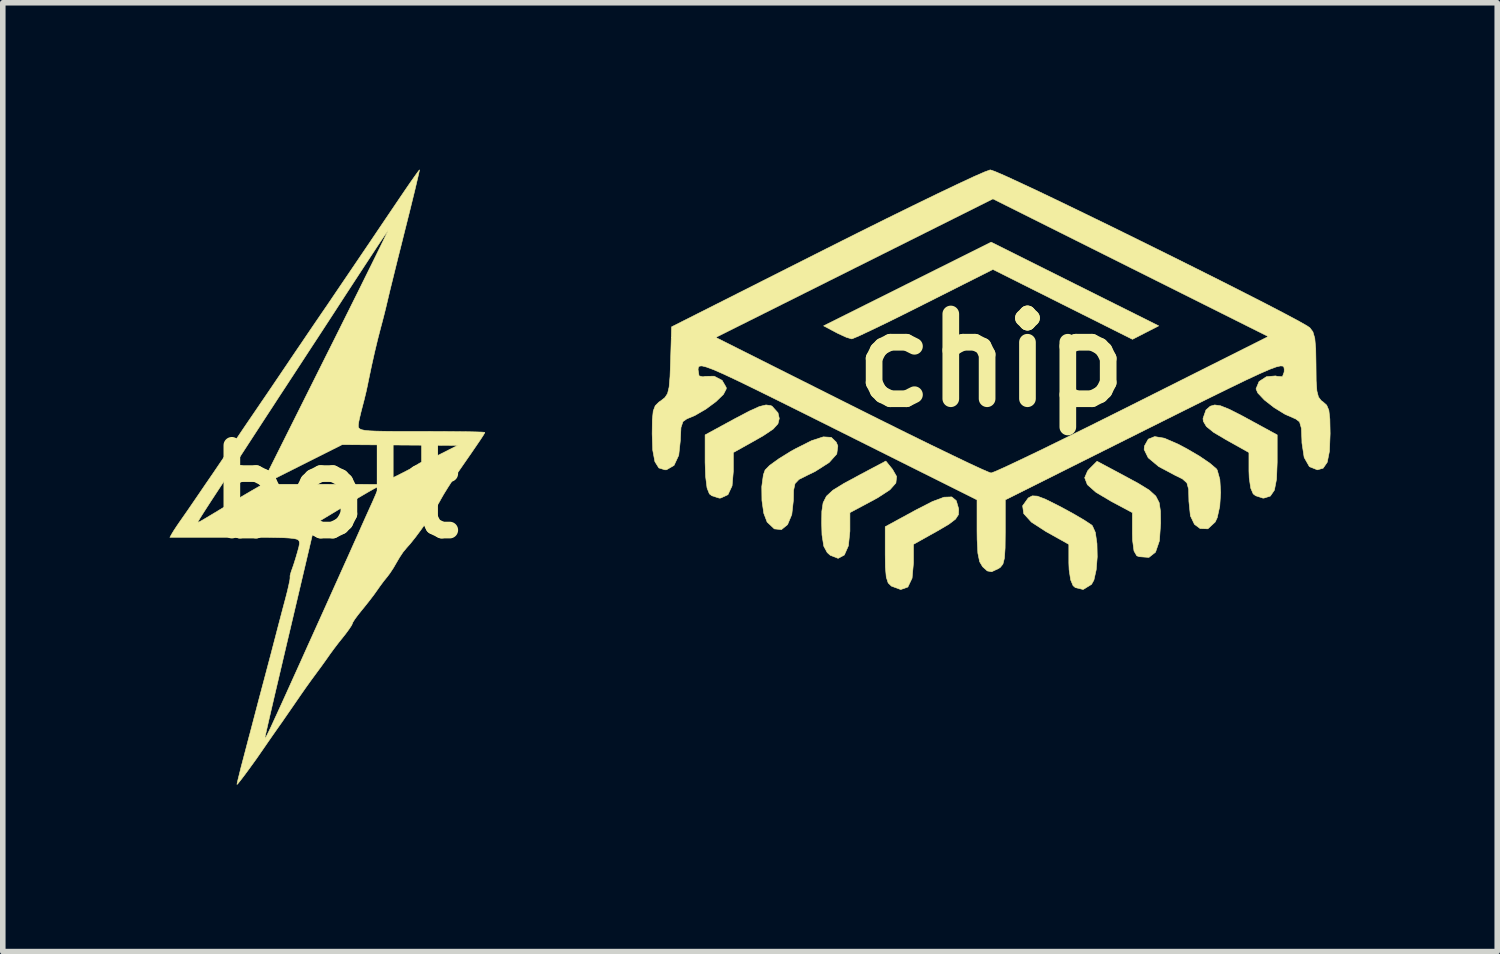
<source format=kicad_pcb>
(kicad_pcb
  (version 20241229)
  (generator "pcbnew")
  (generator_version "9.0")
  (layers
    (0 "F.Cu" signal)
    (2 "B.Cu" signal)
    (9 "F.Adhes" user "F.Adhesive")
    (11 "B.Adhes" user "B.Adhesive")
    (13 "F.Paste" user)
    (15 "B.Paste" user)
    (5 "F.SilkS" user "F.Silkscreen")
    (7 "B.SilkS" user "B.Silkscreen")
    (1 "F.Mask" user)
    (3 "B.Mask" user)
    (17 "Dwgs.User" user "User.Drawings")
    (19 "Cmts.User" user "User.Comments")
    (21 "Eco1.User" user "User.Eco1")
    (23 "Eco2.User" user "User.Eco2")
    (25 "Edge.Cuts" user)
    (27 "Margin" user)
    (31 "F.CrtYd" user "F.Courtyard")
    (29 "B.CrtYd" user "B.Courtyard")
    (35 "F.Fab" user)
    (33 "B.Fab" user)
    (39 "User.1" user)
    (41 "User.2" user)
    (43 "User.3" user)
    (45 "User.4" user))
  (footprint "chip"
    (layer "F.Cu")
    (at 14.774 3.431)
    (property "Reference" "chip" (at 0 0 0) (layer "F.SilkS") (effects (font (size 1.524 1.524) (thickness 0.3))))
    (attr through_hole)
    (fp_poly (pts (xy 1.507 -1.373) (xy 3.013 -0.621) (xy 2.542 -0.379) (xy 1.287 -1.007) (xy 0.032 -1.636) (xy -1.207 -1.012) (xy -1.572 -0.829) (xy -1.9 -0.667) (xy -2.175 -0.535) (xy -2.377 -0.44) (xy -2.491 -0.392) (xy -2.508 -0.387) (xy -2.601 -0.414) (xy -2.752 -0.483) (xy -2.792 -0.504) (xy -3.013 -0.621) (xy -1.506 -1.374) (xy -0.000001 -2.126) (xy 1.507 -1.373)) (stroke (width 0.01) (type solid)) (fill yes) (layer "F.SilkS"))
    (fp_poly (pts (xy -0.627 2.523) (xy -0.586 2.663) (xy -0.584 2.682) (xy -0.588 2.774) (xy -0.641 2.855) (xy -0.763 2.948) (xy -0.978 3.074) (xy -0.981 3.075) (xy -1.397 3.308) (xy -1.397 3.642) (xy -1.422 3.917) (xy -1.498 4.076) (xy -1.626 4.121) (xy -1.794 4.059) (xy -1.852 4.002) (xy -1.886 3.898) (xy -1.902 3.717) (xy -1.905 3.493) (xy -1.905 2.991) (xy -1.356 2.692) (xy -1.058 2.539) (xy -0.847 2.46) (xy -0.708 2.455) (xy -0.627 2.523)) (stroke (width 0.01) (type solid)) (fill yes) (layer "F.SilkS"))
    (fp_poly (pts (xy -3.963 0.813) (xy -3.94 0.824) (xy -3.833 0.943) (xy -3.81 1.045) (xy -3.834 1.14) (xy -3.92 1.235) (xy -4.091 1.35) (xy -4.223 1.426) (xy -4.636 1.657) (xy -4.636 1.991) (xy -4.659 2.257) (xy -4.733 2.415) (xy -4.862 2.475) (xy -4.889 2.477) (xy -5.023 2.434) (xy -5.067 2.4) (xy -5.109 2.294) (xy -5.135 2.086) (xy -5.144 1.832) (xy -5.144 1.34) (xy -4.606 1.047) (xy -4.345 0.91) (xy -4.168 0.83) (xy -4.049 0.801) (xy -3.963 0.813)) (stroke (width 0.01) (type solid)) (fill yes) (layer "F.SilkS"))
    (fp_poly (pts (xy -1.774 1.959) (xy -1.7 2.088) (xy -1.713 2.205) (xy -1.821 2.327) (xy -2.037 2.468) (xy -2.156 2.533) (xy -2.54 2.738) (xy -2.54 3.071) (xy -2.567 3.334) (xy -2.64 3.5) (xy -2.752 3.56) (xy -2.893 3.505) (xy -2.948 3.456) (xy -3.01 3.341) (xy -3.042 3.138) (xy -3.048 2.926) (xy -3.045 2.714) (xy -3.022 2.561) (xy -2.962 2.442) (xy -2.846 2.335) (xy -2.655 2.217) (xy -2.37 2.063) (xy -2.36 2.057) (xy -1.894 1.81) (xy -1.774 1.959)) (stroke (width 0.01) (type solid)) (fill yes) (layer "F.SilkS"))
    (fp_poly (pts (xy 2.365 2.06) (xy 2.651 2.215) (xy 2.844 2.334) (xy 2.961 2.441) (xy 3.022 2.559) (xy 3.045 2.713) (xy 3.048 2.925) (xy 3.048 2.926) (xy 3.026 3.245) (xy 2.956 3.449) (xy 2.837 3.543) (xy 2.664 3.53) (xy 2.619 3.514) (xy 2.569 3.428) (xy 2.543 3.231) (xy 2.54 3.11) (xy 2.54 2.738) (xy 2.156 2.533) (xy 1.885 2.372) (xy 1.73 2.235) (xy 1.682 2.11) (xy 1.735 1.987) (xy 1.771 1.947) (xy 1.904 1.814) (xy 2.365 2.06)) (stroke (width 0.01) (type solid)) (fill yes) (layer "F.SilkS"))
    (fp_poly (pts (xy 4.125 0.816) (xy 4.282 0.879) (xy 4.514 0.997) (xy 4.606 1.047) (xy 5.144 1.34) (xy 5.144 1.832) (xy 5.132 2.136) (xy 5.094 2.333) (xy 5.021 2.44) (xy 4.906 2.476) (xy 4.889 2.477) (xy 4.756 2.434) (xy 4.712 2.4) (xy 4.668 2.297) (xy 4.641 2.115) (xy 4.636 1.991) (xy 4.636 1.657) (xy 4.223 1.426) (xy 3.999 1.293) (xy 3.871 1.189) (xy 3.816 1.096) (xy 3.81 1.045) (xy 3.863 0.892) (xy 3.94 0.824) (xy 4.02 0.801) (xy 4.125 0.816)) (stroke (width 0.01) (type solid)) (fill yes) (layer "F.SilkS"))
    (fp_poly (pts (xy -2.875 1.384) (xy -2.786 1.47) (xy -2.757 1.539) (xy -2.776 1.683) (xy -2.914 1.837) (xy -3.165 1.997) (xy -3.313 2.069) (xy -3.455 2.14) (xy -3.527 2.215) (xy -3.553 2.337) (xy -3.556 2.513) (xy -3.585 2.772) (xy -3.661 2.953) (xy -3.771 3.043) (xy -3.899 3.03) (xy -4.029 2.907) (xy -4.089 2.749) (xy -4.122 2.519) (xy -4.125 2.271) (xy -4.096 2.057) (xy -4.065 1.971) (xy -3.983 1.888) (xy -3.818 1.769) (xy -3.602 1.635) (xy -3.522 1.591) (xy -3.228 1.443) (xy -3.018 1.375) (xy -2.875 1.384)) (stroke (width 0.01) (type solid)) (fill yes) (layer "F.SilkS"))
    (fp_poly (pts (xy 0.83 2.441) (xy 0.971 2.494) (xy 1.188 2.602) (xy 1.256 2.637) (xy 1.487 2.763) (xy 1.679 2.876) (xy 1.802 2.957) (xy 1.82 2.973) (xy 1.874 3.094) (xy 1.903 3.295) (xy 1.908 3.534) (xy 1.889 3.767) (xy 1.848 3.951) (xy 1.805 4.028) (xy 1.655 4.12) (xy 1.514 4.086) (xy 1.473 4.051) (xy 1.43 3.948) (xy 1.402 3.766) (xy 1.397 3.642) (xy 1.397 3.308) (xy 0.984 3.077) (xy 0.724 2.908) (xy 0.586 2.756) (xy 0.566 2.615) (xy 0.663 2.48) (xy 0.674 2.47) (xy 0.74 2.436) (xy 0.83 2.441)) (stroke (width 0.01) (type solid)) (fill yes) (layer "F.SilkS"))
    (fp_poly (pts (xy 3.117 1.4) (xy 3.368 1.509) (xy 3.522 1.591) (xy 3.749 1.724) (xy 3.935 1.851) (xy 4.049 1.948) (xy 4.065 1.971) (xy 4.113 2.141) (xy 4.127 2.376) (xy 4.111 2.623) (xy 4.066 2.828) (xy 4.029 2.907) (xy 3.897 3.029) (xy 3.758 3.024) (xy 3.656 2.948) (xy 3.583 2.795) (xy 3.556 2.531) (xy 3.556 2.513) (xy 3.551 2.316) (xy 3.52 2.203) (xy 3.44 2.131) (xy 3.313 2.069) (xy 3.013 1.909) (xy 2.824 1.751) (xy 2.751 1.602) (xy 2.757 1.539) (xy 2.826 1.416) (xy 2.941 1.37) (xy 3.117 1.4)) (stroke (width 0.01) (type solid)) (fill yes) (layer "F.SilkS"))
    (fp_poly (pts (xy 0.065 -3.399) (xy 0.246 -3.321) (xy 0.513 -3.198) (xy 0.853 -3.039) (xy 1.252 -2.848) (xy 1.696 -2.633) (xy 2.173 -2.401) (xy 2.668 -2.157) (xy 3.168 -1.91) (xy 3.66 -1.665) (xy 4.131 -1.429) (xy 4.565 -1.209) (xy 4.951 -1.012) (xy 5.275 -0.843) (xy 5.523 -0.711) (xy 5.681 -0.621) (xy 5.731 -0.587) (xy 5.786 -0.514) (xy 5.82 -0.398) (xy 5.837 -0.21) (xy 5.842 0.075) (xy 5.842 0.09) (xy 5.845 0.369) (xy 5.858 0.55) (xy 5.886 0.658) (xy 5.934 0.722) (xy 5.969 0.747) (xy 6.034 0.805) (xy 6.073 0.897) (xy 6.091 1.054) (xy 6.096 1.307) (xy 6.096 1.321) (xy 6.084 1.631) (xy 6.044 1.832) (xy 5.97 1.939) (xy 5.866 1.968) (xy 5.723 1.911) (xy 5.629 1.745) (xy 5.589 1.483) (xy 5.588 1.428) (xy 5.579 1.22) (xy 5.546 1.105) (xy 5.479 1.054) (xy 5.472 1.051) (xy 5.285 0.969) (xy 5.087 0.847) (xy 4.913 0.711) (xy 4.795 0.586) (xy 4.763 0.512) (xy 4.818 0.38) (xy 4.951 0.293) (xy 5.115 0.279) (xy 5.146 0.287) (xy 5.238 0.293) (xy 5.269 0.21) (xy 5.271 0.163) (xy 5.266 0.126) (xy 5.248 0.103) (xy 5.204 0.099) (xy 5.127 0.117) (xy 5.005 0.162) (xy 4.829 0.239) (xy 4.59 0.35) (xy 4.276 0.502) (xy 3.879 0.697) (xy 3.389 0.941) (xy 2.796 1.237) (xy 2.762 1.254) (xy 0.254 2.508) (xy 0.254 3.093) (xy 0.251 3.374) (xy 0.239 3.555) (xy 0.212 3.662) (xy 0.165 3.722) (xy 0.131 3.744) (xy 0.009 3.801) (xy -0.07 3.786) (xy -0.154 3.71) (xy -0.207 3.621) (xy -0.239 3.466) (xy -0.252 3.221) (xy -0.254 3.059) (xy -0.254 2.508) (xy -2.762 1.254) (xy -3.361 0.955) (xy -3.856 0.709) (xy -4.258 0.511) (xy -4.575 0.357) (xy -4.818 0.243) (xy -4.997 0.165) (xy -5.122 0.119) (xy -5.201 0.099) (xy -5.246 0.103) (xy -5.266 0.125) (xy -5.27 0.161) (xy -5.271 0.163) (xy -5.253 0.278) (xy -5.182 0.296) (xy -5.146 0.287) (xy -4.981 0.284) (xy -4.838 0.359) (xy -4.765 0.485) (xy -4.763 0.512) (xy -4.814 0.611) (xy -4.948 0.741) (xy -5.13 0.876) (xy -5.328 0.991) (xy -5.472 1.051) (xy -5.542 1.1) (xy -5.578 1.208) (xy -5.588 1.408) (xy -5.588 1.428) (xy -5.618 1.706) (xy -5.703 1.889) (xy -5.838 1.967) (xy -5.866 1.968) (xy -5.976 1.934) (xy -6.047 1.821) (xy -6.086 1.613) (xy -6.096 1.322) (xy -6.093 1.07) (xy -6.077 0.911) (xy -6.041 0.816) (xy -5.975 0.75) (xy -5.939 0.726) (xy -5.867 0.669) (xy -5.819 0.596) (xy -5.791 0.479) (xy -5.775 0.291) (xy -5.765 0.01) (xy -5.752 -0.413) (xy -4.953 -0.413) (xy -2.524 0.806) (xy -2.008 1.064) (xy -1.524 1.304) (xy -1.086 1.519) (xy -0.705 1.703) (xy -0.394 1.852) (xy -0.165 1.958) (xy -0.03 2.016) (xy 0 2.025) (xy 0.075 1.997) (xy 0.252 1.918) (xy 0.517 1.793) (xy 0.86 1.629) (xy 1.267 1.43) (xy 1.726 1.204) (xy 2.226 0.955) (xy 2.54 0.798) (xy 4.984 -0.429) (xy 0.032 -2.905) (xy -2.461 -1.659) (xy -4.953 -0.413) (xy -5.752 -0.413) (xy -5.747 -0.603) (xy -2.953 -2.013) (xy -2.397 -2.292) (xy -1.872 -2.553) (xy -1.389 -2.79) (xy -0.961 -2.998) (xy -0.598 -3.171) (xy -0.313 -3.304) (xy -0.116 -3.39) (xy -0.02 -3.425) (xy -0.016 -3.426) (xy 0.065 -3.399)) (stroke (width 0.01) (type solid)) (fill yes) (layer "F.SilkS")))
  (footprint "bolt"
    (layer "F.Cu")
    (at 2.97 5.793)
    (property "Reference" "bolt" (at 0 0 0) (layer "F.SilkS") (effects (font (size 1.524 1.524) (thickness 0.3))))
    (attr through_hole)
    (fp_poly (pts (xy 1.519 -5.761) (xy 1.503 -5.689) (xy 1.476 -5.575) (xy 1.441 -5.426) (xy 1.397 -5.247) (xy 1.347 -5.043) (xy 1.291 -4.82) (xy 1.253 -4.669) (xy 1.193 -4.428) (xy 1.135 -4.198) (xy 1.082 -3.984) (xy 1.035 -3.793) (xy 0.995 -3.631) (xy 0.965 -3.505) (xy 0.945 -3.42) (xy 0.939 -3.395) (xy 0.916 -3.298) (xy 0.884 -3.17) (xy 0.848 -3.031) (xy 0.825 -2.945) (xy 0.772 -2.74) (xy 0.718 -2.515) (xy 0.661 -2.26) (xy 0.599 -1.964) (xy 0.593 -1.931) (xy 0.564 -1.798) (xy 0.528 -1.649) (xy 0.498 -1.535) (xy 0.47 -1.426) (xy 0.446 -1.325) (xy 0.431 -1.254) (xy 0.431 -1.25) (xy 0.425 -1.211) (xy 0.423 -1.178) (xy 0.429 -1.152) (xy 0.448 -1.131) (xy 0.485 -1.115) (xy 0.544 -1.103) (xy 0.629 -1.095) (xy 0.745 -1.09) (xy 0.896 -1.087) (xy 1.086 -1.085) (xy 1.321 -1.085) (xy 1.591 -1.085) (xy 1.827 -1.084) (xy 2.046 -1.083) (xy 2.243 -1.081) (xy 2.411 -1.079) (xy 2.545 -1.076) (xy 2.641 -1.073) (xy 2.692 -1.069) (xy 2.699 -1.067) (xy 2.69 -1.047) (xy 2.663 -1.002) (xy 2.615 -0.929) (xy 2.544 -0.825) (xy 2.449 -0.686) (xy 2.326 -0.509) (xy 2.216 -0.35) (xy 2.125 -0.217) (xy 2.036 -0.079) (xy 1.958 0.047) (xy 1.9 0.149) (xy 1.891 0.166) (xy 1.833 0.267) (xy 1.751 0.396) (xy 1.654 0.538) (xy 1.551 0.684) (xy 1.449 0.821) (xy 1.357 0.936) (xy 1.284 1.018) (xy 1.283 1.02) (xy 1.229 1.085) (xy 1.167 1.178) (xy 1.114 1.268) (xy 1.055 1.37) (xy 0.991 1.467) (xy 0.942 1.532) (xy 0.881 1.607) (xy 0.81 1.703) (xy 0.761 1.773) (xy 0.699 1.86) (xy 0.616 1.968) (xy 0.527 2.08) (xy 0.49 2.125) (xy 0.418 2.215) (xy 0.36 2.293) (xy 0.325 2.349) (xy 0.318 2.369) (xy 0.302 2.404) (xy 0.259 2.469) (xy 0.197 2.554) (xy 0.151 2.612) (xy 0.066 2.718) (xy -0.017 2.827) (xy -0.085 2.92) (xy -0.106 2.95) (xy -0.165 3.034) (xy -0.242 3.141) (xy -0.323 3.251) (xy -0.345 3.281) (xy -0.426 3.391) (xy -0.522 3.525) (xy -0.617 3.661) (xy -0.665 3.731) (xy -0.747 3.85) (xy -0.83 3.97) (xy -0.902 4.074) (xy -0.939 4.128) (xy -1.023 4.247) (xy -1.103 4.361) (xy -1.19 4.486) (xy -1.293 4.636) (xy -1.326 4.683) (xy -1.399 4.789) (xy -1.479 4.9) (xy -1.559 5.01) (xy -1.633 5.11) (xy -1.695 5.191) (xy -1.739 5.246) (xy -1.758 5.265) (xy -1.755 5.241) (xy -1.74 5.174) (xy -1.715 5.074) (xy -1.684 4.948) (xy -1.661 4.862) (xy -1.546 4.423) (xy -1.255 4.423) (xy -1.254 4.432) (xy -1.248 4.428) (xy -1.236 4.409) (xy -1.216 4.371) (xy -1.187 4.313) (xy -1.148 4.231) (xy -1.098 4.122) (xy -1.034 3.983) (xy -0.956 3.812) (xy -0.862 3.605) (xy -0.751 3.359) (xy -0.621 3.072) (xy -0.472 2.74) (xy -0.417 2.619) (xy -0.293 2.344) (xy -0.171 2.074) (xy -0.054 1.813) (xy 0.057 1.567) (xy 0.158 1.342) (xy 0.247 1.145) (xy 0.321 0.979) (xy 0.378 0.852) (xy 0.41 0.781) (xy 0.479 0.625) (xy 0.552 0.462) (xy 0.621 0.309) (xy 0.678 0.184) (xy 0.687 0.163) (xy 0.732 0.06) (xy 0.767 -0.025) (xy 0.786 -0.08) (xy 0.788 -0.094) (xy 0.763 -0.084) (xy 0.699 -0.05) (xy 0.603 0.004) (xy 0.48 0.076) (xy 0.336 0.16) (xy 0.21 0.236) (xy -0.356 0.577) (xy -0.797 2.451) (xy -0.87 2.759) (xy -0.939 3.054) (xy -1.004 3.331) (xy -1.064 3.585) (xy -1.117 3.813) (xy -1.163 4.01) (xy -1.2 4.172) (xy -1.228 4.295) (xy -1.246 4.375) (xy -1.253 4.405) (xy -1.255 4.423) (xy -1.546 4.423) (xy -1.519 4.323) (xy -1.37 3.755) (xy -1.242 3.274) (xy -1.197 3.103) (xy -1.148 2.919) (xy -1.102 2.742) (xy -1.063 2.593) (xy -1.056 2.566) (xy -1.017 2.416) (xy -0.97 2.237) (xy -0.922 2.055) (xy -0.883 1.909) (xy -0.85 1.78) (xy -0.825 1.67) (xy -0.808 1.589) (xy -0.803 1.546) (xy -0.804 1.542) (xy -0.804 1.511) (xy -0.788 1.451) (xy -0.782 1.432) (xy -0.742 1.319) (xy -0.704 1.199) (xy -0.671 1.086) (xy -0.646 0.995) (xy -0.635 0.937) (xy -0.635 0.931) (xy -0.636 0.905) (xy -0.643 0.883) (xy -0.659 0.865) (xy -0.69 0.851) (xy -0.74 0.841) (xy -0.813 0.833) (xy -0.915 0.827) (xy -1.049 0.824) (xy -1.22 0.821) (xy -1.433 0.821) (xy -1.692 0.82) (xy -1.832 0.82) (xy -2.965 0.82) (xy -2.924 0.747) (xy -2.889 0.69) (xy -2.834 0.607) (xy -2.79 0.543) (xy -2.461 0.543) (xy -2.459 0.548) (xy -2.449 0.547) (xy -2.427 0.537) (xy -2.386 0.514) (xy -2.321 0.476) (xy -2.226 0.419) (xy -2.095 0.34) (xy -1.971 0.265) (xy -1.84 0.186) (xy -1.704 0.105) (xy -1.582 0.033) (xy -1.5 -0.015) (xy -1.319 -0.119) (xy -1.311 -0.135) (xy -1.283 -0.135) (xy -0.242 -0.134) (xy 0.799 -0.132) (xy 1.107 -0.282) (xy 1.228 -0.343) (xy 1.336 -0.399) (xy 1.419 -0.446) (xy 1.466 -0.477) (xy 1.468 -0.479) (xy 1.536 -0.52) (xy 1.587 -0.538) (xy 1.637 -0.554) (xy 1.721 -0.59) (xy 1.827 -0.64) (xy 1.931 -0.692) (xy 2.209 -0.833) (xy 1.171 -0.84) (xy 0.133 -0.847) (xy -0.575 -0.491) (xy -1.283 -0.135) (xy -1.311 -0.135) (xy -0.168 -2.421) (xy -0.005 -2.746) (xy 0.15 -3.057) (xy 0.296 -3.35) (xy 0.432 -3.623) (xy 0.555 -3.872) (xy 0.665 -4.094) (xy 0.76 -4.287) (xy 0.838 -4.446) (xy 0.898 -4.569) (xy 0.938 -4.652) (xy 0.956 -4.693) (xy 0.957 -4.696) (xy 0.937 -4.669) (xy 0.892 -4.602) (xy 0.824 -4.501) (xy 0.738 -4.371) (xy 0.637 -4.217) (xy 0.524 -4.045) (xy 0.405 -3.863) (xy 0.185 -3.526) (xy -0.009 -3.227) (xy -0.181 -2.963) (xy -0.335 -2.727) (xy -0.474 -2.515) (xy -0.601 -2.32) (xy -0.72 -2.138) (xy -0.834 -1.964) (xy -0.913 -1.843) (xy -1.013 -1.691) (xy -1.116 -1.532) (xy -1.215 -1.381) (xy -1.299 -1.252) (xy -1.34 -1.189) (xy -1.616 -0.765) (xy -1.864 -0.383) (xy -2.088 -0.042) (xy -2.214 0.15) (xy -2.295 0.275) (xy -2.365 0.384) (xy -2.419 0.47) (xy -2.452 0.526) (xy -2.461 0.543) (xy -2.79 0.543) (xy -2.77 0.515) (xy -2.762 0.503) (xy -2.714 0.434) (xy -2.64 0.328) (xy -2.547 0.192) (xy -2.438 0.033) (xy -2.319 -0.142) (xy -2.193 -0.325) (xy -2.067 -0.511) (xy -1.944 -0.692) (xy -1.83 -0.86) (xy -1.728 -1.01) (xy -1.661 -1.11) (xy -1.579 -1.231) (xy -1.482 -1.373) (xy -1.384 -1.517) (xy -1.327 -1.601) (xy -1.255 -1.706) (xy -1.162 -1.843) (xy -1.055 -2.001) (xy -0.942 -2.168) (xy -0.831 -2.332) (xy -0.816 -2.355) (xy -0.706 -2.518) (xy -0.592 -2.685) (xy -0.484 -2.845) (xy -0.388 -2.986) (xy -0.313 -3.096) (xy -0.304 -3.109) (xy -0.234 -3.212) (xy -0.137 -3.353) (xy -0.018 -3.529) (xy 0.121 -3.734) (xy 0.277 -3.964) (xy 0.445 -4.212) (xy 0.624 -4.476) (xy 0.808 -4.749) (xy 0.996 -5.027) (xy 1.171 -5.286) (xy 1.269 -5.43) (xy 1.356 -5.557) (xy 1.43 -5.662) (xy 1.485 -5.739) (xy 1.517 -5.781) (xy 1.524 -5.788) (xy 1.519 -5.761)) (stroke (width 0.01) (type solid)) (fill yes) (layer "F.SilkS")))
  (gr_rect
    (start -3 -3)
    (end 23.875 14.063)
    (stroke (width 0.1) (type default))
    (fill no)
    (layer "Edge.Cuts")))
</source>
